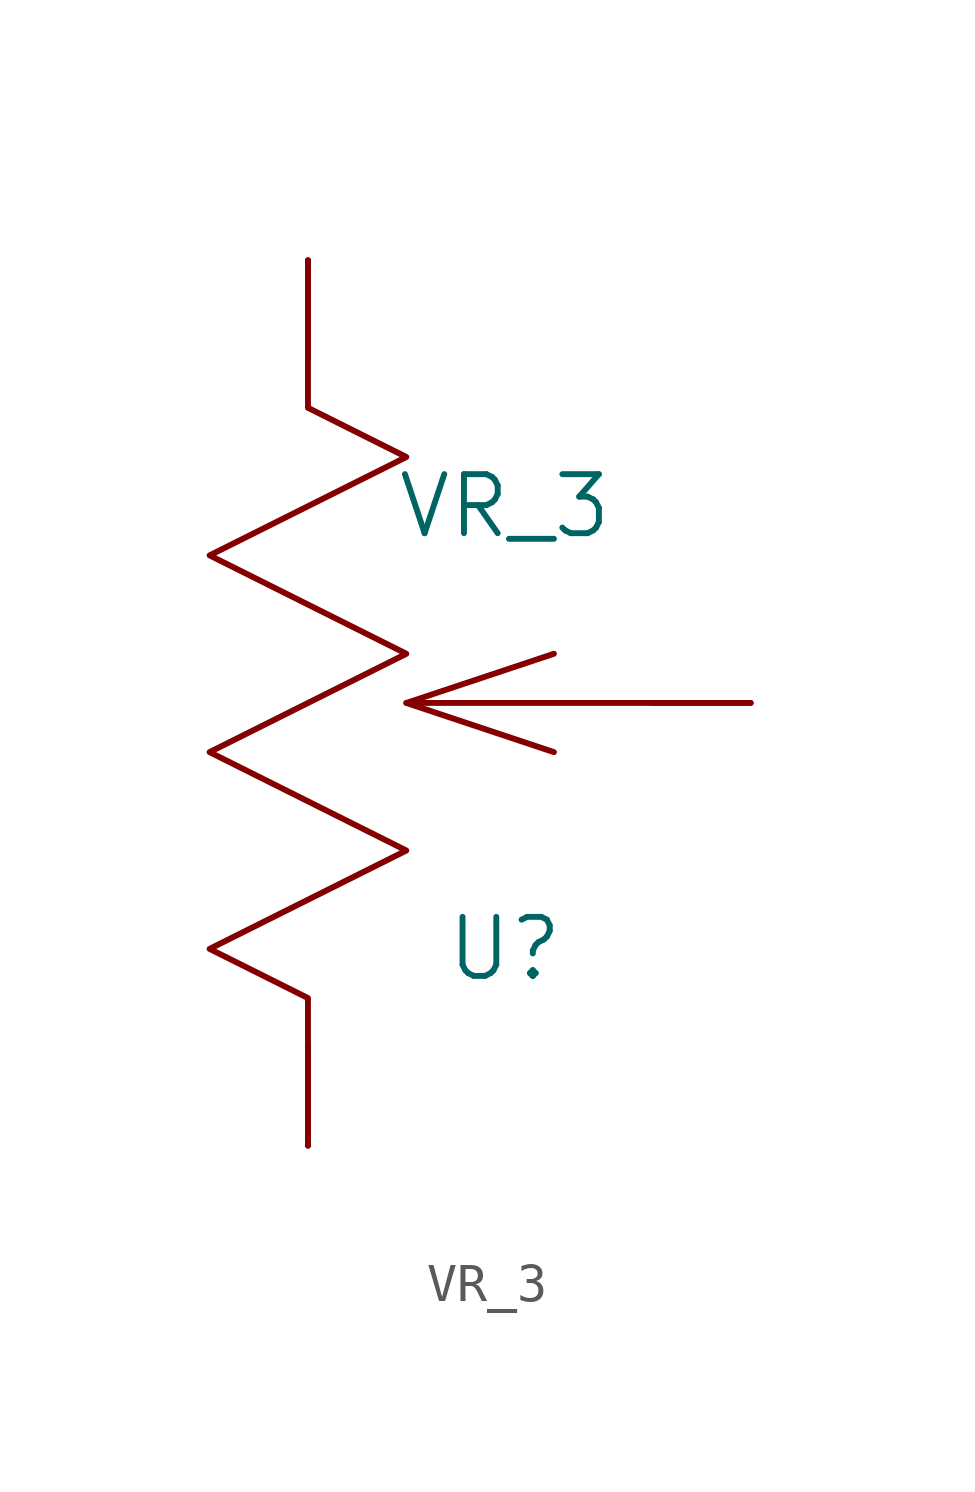
<source format=kicad_sym>
(kicad_symbol_lib
  (version 20220914)
  (generator kicad_symbol_editor)
  (symbol "VR_3"
    (pin_names
      (offset 1.016))
    (property "Reference" "U"
      (at 5.08 -6.35 0)
      (effects (font (size 1.524 1.524))))
    (property "Value" "VR_3"
      (at 5.08 5.08 0)
      (effects (font (size 1.524 1.524))))
    (property "Footprint" ""
      (at 0 0 0)
      (effects (font (size 1.524 1.524))))
    (property "Datasheet" ""
      (at 0 0 0)
      (effects (font (size 1.524 1.524))))
    (symbol "VR_3_0_1"
      (polyline (pts (xy 2.54 0) (xy 11.43 0)) (stroke (width 0) (type solid)) (fill (type none)))
      (polyline (pts (xy 6.35 1.27) (xy 2.54 0) (xy 6.35 -1.27)) (stroke (width 0) (type solid)) (fill (type none)))
      (polyline (pts (xy 0 11.43) (xy 0 7.62) (xy 2.54 6.35) (xy -2.54 3.81) (xy 2.54 1.27) (xy -2.54 -1.27) (xy 2.54 -3.81) (xy -2.54 -6.35) (xy 0 -7.62) (xy 0 -11.43)) (stroke (width 0) (type solid)) (fill (type none))))
    (symbol "VR_3_1_1"
      (pin passive line (at 0 -11.43 90) (length 2.54) (name "~" (effects (font (size 1.016 1.016)))) (number "~" (effects (font (size 1.016 1.016)))))
      (pin passive line (at 0 11.43 270) (length 2.54) (name "~" (effects (font (size 1.016 1.016)))) (number "~" (effects (font (size 1.016 1.016)))))
      (pin passive line (at 11.43 0 180) (length 2.54) (name "~" (effects (font (size 1.016 1.016)))) (number "~" (effects (font (size 1.016 1.016))))))))
</source>
